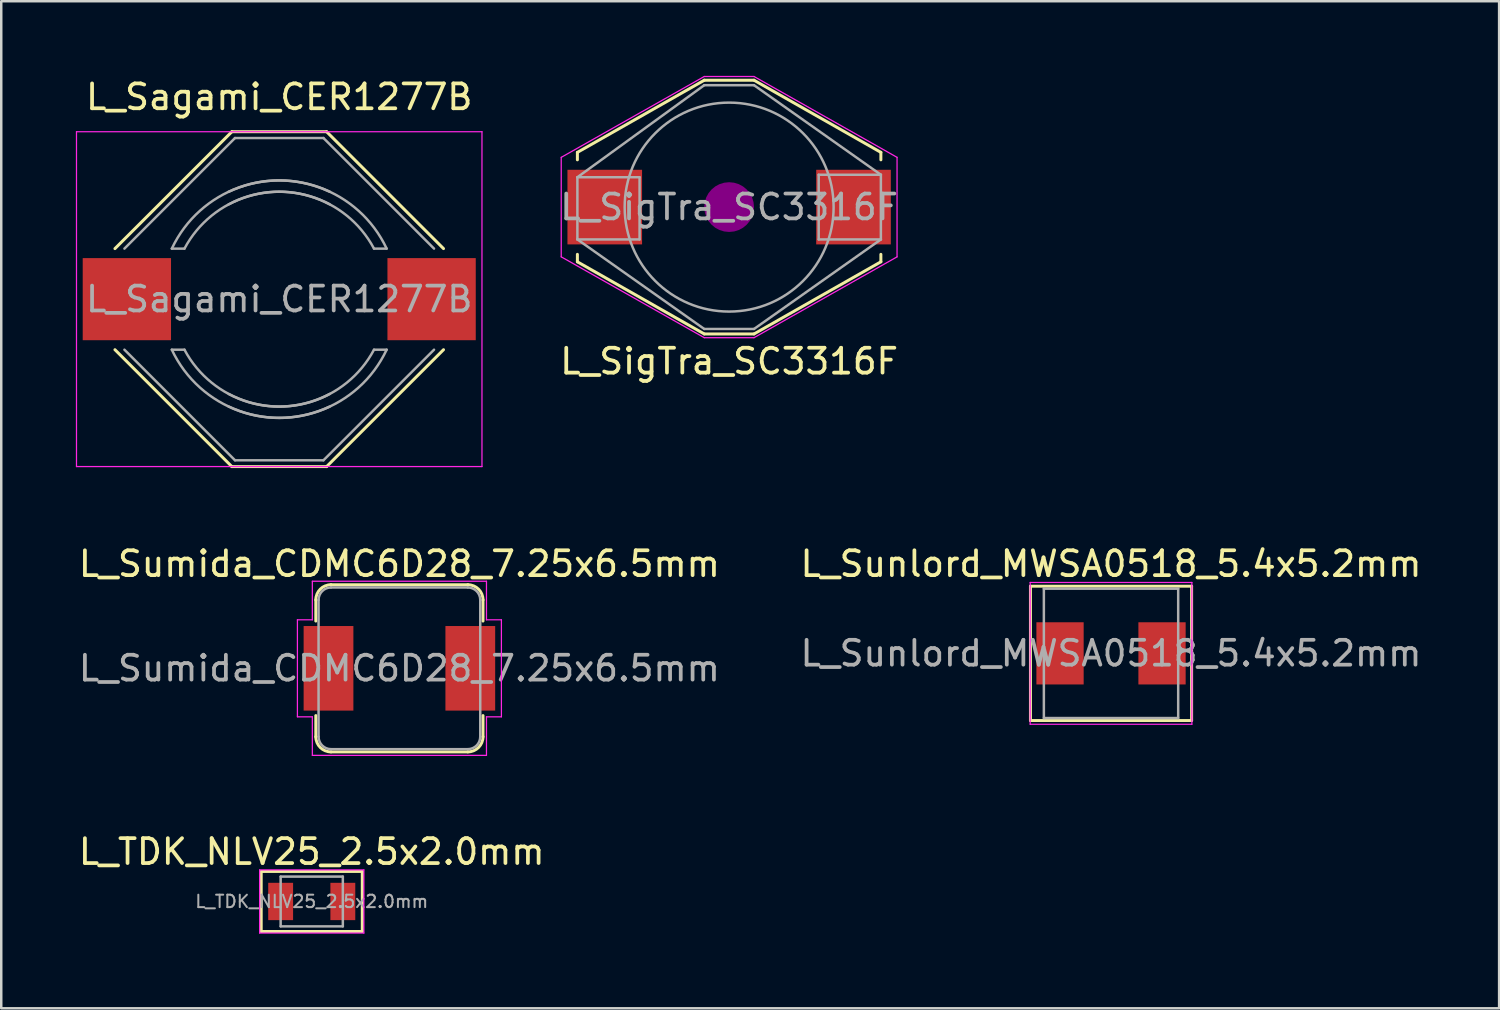
<source format=kicad_pcb>
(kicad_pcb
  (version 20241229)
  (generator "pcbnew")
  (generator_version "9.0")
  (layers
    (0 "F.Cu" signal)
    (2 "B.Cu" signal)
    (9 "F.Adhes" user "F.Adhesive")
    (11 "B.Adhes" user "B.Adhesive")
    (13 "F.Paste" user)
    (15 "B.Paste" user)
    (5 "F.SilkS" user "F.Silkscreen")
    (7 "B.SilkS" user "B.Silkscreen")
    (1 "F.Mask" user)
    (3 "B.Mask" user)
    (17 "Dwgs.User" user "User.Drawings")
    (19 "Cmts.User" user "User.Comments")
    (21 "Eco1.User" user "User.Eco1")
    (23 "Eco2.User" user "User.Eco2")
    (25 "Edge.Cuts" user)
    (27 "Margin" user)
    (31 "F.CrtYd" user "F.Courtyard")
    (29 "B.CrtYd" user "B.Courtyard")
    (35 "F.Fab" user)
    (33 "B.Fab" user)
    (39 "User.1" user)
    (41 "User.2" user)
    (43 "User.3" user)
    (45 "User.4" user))
  (footprint "L_TDK_NLV25_2.5x2.0mm"
    (layer "F.Cu")
    (at 9.482 33.189)
    (property "Reference" "L_TDK_NLV25_2.5x2.0mm" (at 0 -2 0) (layer "F.SilkS") (effects (font (size 1 1) (thickness 0.15))))
    (attr smd)
    (fp_line (start -2.032 -1.206) (end -2.032 1.206) (stroke (width 0.12) (type solid)) (layer "F.SilkS"))
    (fp_line (start -2.032 1.206) (end 2.032 1.206) (stroke (width 0.12) (type solid)) (layer "F.SilkS"))
    (fp_line (start 2.032 -1.206) (end -2.032 -1.206) (stroke (width 0.12) (type solid)) (layer "F.SilkS"))
    (fp_line (start 2.032 1.206) (end 2.032 -1.206) (stroke (width 0.12) (type solid)) (layer "F.SilkS"))
    (fp_line (start -2.095 -1.27) (end 2.095 -1.27) (stroke (width 0.05) (type solid)) (layer "F.CrtYd"))
    (fp_line (start -2.095 1.27) (end -2.095 -1.27) (stroke (width 0.05) (type solid)) (layer "F.CrtYd"))
    (fp_line (start 2.095 -1.27) (end 2.095 1.27) (stroke (width 0.05) (type solid)) (layer "F.CrtYd"))
    (fp_line (start 2.095 1.27) (end -2.095 1.27) (stroke (width 0.05) (type solid)) (layer "F.CrtYd"))
    (fp_line (start -1.25 -1) (end 1.25 -1) (stroke (width 0.1) (type solid)) (layer "F.Fab"))
    (fp_line (start -1.25 1) (end -1.25 -1) (stroke (width 0.1) (type solid)) (layer "F.Fab"))
    (fp_line (start 1.25 -1) (end 1.25 1) (stroke (width 0.1) (type solid)) (layer "F.Fab"))
    (fp_line (start 1.25 1) (end -1.25 1) (stroke (width 0.1) (type solid)) (layer "F.Fab"))
    (fp_text user "${REFERENCE}" (at 0 0 0) (layer "F.Fab") (effects (font (size 0.5 0.5) (thickness 0.08))))
    (pad "1" smd rect (at -1.25 0) (size 1 1.5) (layers "F.Cu" "F.Mask" "F.Paste"))
    (pad "2" smd rect (at 1.25 0) (size 1 1.5) (layers "F.Cu" "F.Mask" "F.Paste")))
  (footprint "L_Sunlord_MWSA0518_5.4x5.2mm"
    (layer "F.Cu")
    (at 41.613 23.215)
    (property "Reference" "L_Sunlord_MWSA0518_5.4x5.2mm" (at 0 -3.6 0) (layer "F.SilkS") (effects (font (size 1 1) (thickness 0.15))))
    (attr smd)
    (fp_line (start -3.239 -2.7) (end -3.239 2.7) (stroke (width 0.12) (type solid)) (layer "F.SilkS"))
    (fp_line (start -3.239 -2.7) (end 3.239 -2.7) (stroke (width 0.12) (type solid)) (layer "F.SilkS"))
    (fp_line (start -3.239 2.7) (end 3.239 2.7) (stroke (width 0.12) (type solid)) (layer "F.SilkS"))
    (fp_line (start 3.239 -2.7) (end 3.239 2.7) (stroke (width 0.12) (type solid)) (layer "F.SilkS"))
    (fp_line (start -3.25 -2.85) (end 3.25 -2.85) (stroke (width 0.05) (type solid)) (layer "F.CrtYd"))
    (fp_line (start -3.25 2.85) (end -3.25 -2.85) (stroke (width 0.05) (type solid)) (layer "F.CrtYd"))
    (fp_line (start 3.25 -2.85) (end 3.25 2.85) (stroke (width 0.05) (type solid)) (layer "F.CrtYd"))
    (fp_line (start 3.25 2.85) (end -3.25 2.85) (stroke (width 0.05) (type solid)) (layer "F.CrtYd"))
    (fp_line (start -2.7 -2.6) (end 2.7 -2.6) (stroke (width 0.1) (type solid)) (layer "F.Fab"))
    (fp_line (start -2.7 2.6) (end -2.7 -2.6) (stroke (width 0.1) (type solid)) (layer "F.Fab"))
    (fp_line (start 2.7 -2.6) (end 2.7 2.6) (stroke (width 0.1) (type solid)) (layer "F.Fab"))
    (fp_line (start 2.7 2.6) (end -2.7 2.6) (stroke (width 0.1) (type solid)) (layer "F.Fab"))
    (fp_text user "${REFERENCE}" (at 0 0 0) (layer "F.Fab") (effects (font (size 1 1) (thickness 0.15))))
    (pad "1" smd rect (at -2.05 0) (size 1.9 2.5) (layers "F.Cu" "F.Mask" "F.Paste"))
    (pad "2" smd rect (at 2.05 0) (size 1.9 2.5) (layers "F.Cu" "F.Mask" "F.Paste")))
  (footprint "L_Sumida_CDMC6D28_7.25x6.5mm"
    (layer "F.Cu")
    (at 13.006 23.816)
    (property "Reference" "L_Sumida_CDMC6D28_7.25x6.5mm" (at 0 -4.2 0) (layer "F.SilkS") (effects (font (size 1 1) (thickness 0.15))))
    (attr smd)
    (fp_line (start -3.36 -1.9) (end -3.36 -2.75) (stroke (width 0.12) (type solid)) (layer "F.SilkS"))
    (fp_line (start -3.36 2.75) (end -3.36 1.9) (stroke (width 0.12) (type solid)) (layer "F.SilkS"))
    (fp_line (start -2.75 -3.36) (end 2.75 -3.36) (stroke (width 0.12) (type solid)) (layer "F.SilkS"))
    (fp_line (start 2.75 3.36) (end -2.75 3.36) (stroke (width 0.12) (type solid)) (layer "F.SilkS"))
    (fp_line (start 3.36 -2.75) (end 3.36 -1.9) (stroke (width 0.12) (type solid)) (layer "F.SilkS"))
    (fp_line (start 3.36 1.9) (end 3.36 2.75) (stroke (width 0.12) (type solid)) (layer "F.SilkS"))
    (fp_arc (start -3.36 -2.75) (mid -3.181335 -3.181335) (end -2.75 -3.36) (stroke (width 0.12) (type solid)) (layer "F.SilkS"))
    (fp_arc (start -2.75 3.36) (mid -3.181335 3.181335) (end -3.36 2.75) (stroke (width 0.12) (type solid)) (layer "F.SilkS"))
    (fp_arc (start 2.75 -3.36) (mid 3.181335 -3.181335) (end 3.36 -2.75) (stroke (width 0.12) (type solid)) (layer "F.SilkS"))
    (fp_arc (start 3.36 2.75) (mid 3.181335 3.181335) (end 2.75 3.36) (stroke (width 0.12) (type solid)) (layer "F.SilkS"))
    (fp_line (start -4.1 -1.95) (end -3.5 -1.95) (stroke (width 0.05) (type solid)) (layer "F.CrtYd"))
    (fp_line (start -4.1 1.95) (end -4.1 -1.95) (stroke (width 0.05) (type solid)) (layer "F.CrtYd"))
    (fp_line (start -3.5 -3.5) (end 3.5 -3.5) (stroke (width 0.05) (type solid)) (layer "F.CrtYd"))
    (fp_line (start -3.5 -1.95) (end -3.5 -3.5) (stroke (width 0.05) (type solid)) (layer "F.CrtYd"))
    (fp_line (start -3.5 1.95) (end -4.1 1.95) (stroke (width 0.05) (type solid)) (layer "F.CrtYd"))
    (fp_line (start -3.5 3.5) (end -3.5 1.95) (stroke (width 0.05) (type solid)) (layer "F.CrtYd"))
    (fp_line (start 3.5 -3.5) (end 3.5 -1.95) (stroke (width 0.05) (type solid)) (layer "F.CrtYd"))
    (fp_line (start 3.5 -1.95) (end 4.1 -1.95) (stroke (width 0.05) (type solid)) (layer "F.CrtYd"))
    (fp_line (start 3.5 1.95) (end 3.5 3.5) (stroke (width 0.05) (type solid)) (layer "F.CrtYd"))
    (fp_line (start 3.5 3.5) (end -3.5 3.5) (stroke (width 0.05) (type solid)) (layer "F.CrtYd"))
    (fp_line (start 4.1 -1.95) (end 4.1 1.95) (stroke (width 0.05) (type solid)) (layer "F.CrtYd"))
    (fp_line (start 4.1 1.95) (end 3.5 1.95) (stroke (width 0.05) (type solid)) (layer "F.CrtYd"))
    (fp_line (start -3.25 2.75) (end -3.25 -2.75) (stroke (width 0.1) (type solid)) (layer "F.Fab"))
    (fp_line (start -2.75 -3.25) (end 2.75 -3.25) (stroke (width 0.1) (type solid)) (layer "F.Fab"))
    (fp_line (start 2.75 3.25) (end -2.75 3.25) (stroke (width 0.1) (type solid)) (layer "F.Fab"))
    (fp_line (start 3.25 -2.75) (end 3.25 2.75) (stroke (width 0.1) (type solid)) (layer "F.Fab"))
    (fp_arc (start -3.25 -2.75) (mid -3.103553 -3.103553) (end -2.75 -3.25) (stroke (width 0.1) (type solid)) (layer "F.Fab"))
    (fp_arc (start -2.75 3.25) (mid -3.103553 3.103553) (end -3.25 2.75) (stroke (width 0.1) (type solid)) (layer "F.Fab"))
    (fp_arc (start 2.75 -3.25) (mid 3.103553 -3.103553) (end 3.25 -2.75) (stroke (width 0.1) (type solid)) (layer "F.Fab"))
    (fp_arc (start 3.25 2.75) (mid 3.103553 3.103553) (end 2.75 3.25) (stroke (width 0.1) (type solid)) (layer "F.Fab"))
    (fp_text user "${REFERENCE}" (at 0 0 0) (layer "F.Fab") (effects (font (size 1 1) (thickness 0.15))))
    (pad "1" smd rect (at -2.85 0) (size 2 3.4) (layers "F.Cu" "F.Mask" "F.Paste"))
    (pad "2" smd rect (at 2.85 0) (size 2 3.4) (layers "F.Cu" "F.Mask" "F.Paste")))
  (footprint "L_Sagami_CER1277B"
    (layer "F.Cu")
    (at 8.175 8.976)
    (property "Reference" "L_Sagami_CER1277B" (at 0 -8.128 0) (layer "F.SilkS") (effects (font (size 1 1) (thickness 0.15))))
    (attr smd)
    (fp_line (start -6.604 -2.032) (end -1.905 -6.731) (stroke (width 0.12) (type solid)) (layer "F.SilkS"))
    (fp_line (start -6.604 2.032) (end -1.905 6.731) (stroke (width 0.12) (type solid)) (layer "F.SilkS"))
    (fp_line (start -1.905 -6.731) (end 1.905 -6.731) (stroke (width 0.12) (type solid)) (layer "F.SilkS"))
    (fp_line (start -1.905 6.731) (end 1.905 6.731) (stroke (width 0.12) (type solid)) (layer "F.SilkS"))
    (fp_line (start 1.905 -6.731) (end 6.604 -2.032) (stroke (width 0.12) (type solid)) (layer "F.SilkS"))
    (fp_line (start 1.905 6.731) (end 6.604 2.032) (stroke (width 0.12) (type solid)) (layer "F.SilkS"))
    (fp_line (start -8.15 -6.73) (end -8.15 6.73) (stroke (width 0.05) (type solid)) (layer "F.CrtYd"))
    (fp_line (start -8.15 -6.73) (end 8.15 -6.73) (stroke (width 0.05) (type solid)) (layer "F.CrtYd"))
    (fp_line (start -8.15 6.73) (end 8.15 6.73) (stroke (width 0.05) (type solid)) (layer "F.CrtYd"))
    (fp_line (start 8.15 -6.73) (end 8.15 6.73) (stroke (width 0.05) (type solid)) (layer "F.CrtYd"))
    (fp_line (start -6.223 -2.032) (end -1.778 -6.477) (stroke (width 0.1) (type solid)) (layer "F.Fab"))
    (fp_line (start -6.223 2.032) (end -1.778 6.477) (stroke (width 0.1) (type solid)) (layer "F.Fab"))
    (fp_line (start -3.81 -2.032) (end -4.318 -2.032) (stroke (width 0.1) (type solid)) (layer "F.Fab"))
    (fp_line (start -3.81 2.032) (end -4.318 2.032) (stroke (width 0.1) (type solid)) (layer "F.Fab"))
    (fp_line (start -1.778 6.477) (end 1.778 6.477) (stroke (width 0.1) (type solid)) (layer "F.Fab"))
    (fp_line (start 1.778 -6.477) (end -1.778 -6.477) (stroke (width 0.1) (type solid)) (layer "F.Fab"))
    (fp_line (start 1.778 6.477) (end 6.223 2.032) (stroke (width 0.1) (type solid)) (layer "F.Fab"))
    (fp_line (start 3.81 -2.032) (end 4.318 -2.032) (stroke (width 0.1) (type solid)) (layer "F.Fab"))
    (fp_line (start 3.81 2.032) (end 4.318 2.032) (stroke (width 0.1) (type solid)) (layer "F.Fab"))
    (fp_line (start 6.223 -2.032) (end 1.778 -6.477) (stroke (width 0.1) (type solid)) (layer "F.Fab"))
    (fp_arc (start -4.318 -2.032) (mid -1.616446 -4.490128) (end 2.032 -4.318) (stroke (width 0.1) (type solid)) (layer "F.Fab"))
    (fp_arc (start -3.81 -2.032) (mid -1.257236 -4.130918) (end 2.032 -3.81) (stroke (width 0.1) (type solid)) (layer "F.Fab"))
    (fp_arc (start -2.032 -4.318) (mid 1.616446 -4.490128) (end 4.318 -2.032) (stroke (width 0.1) (type solid)) (layer "F.Fab"))
    (fp_arc (start -2.032 -3.81) (mid 1.257236 -4.130918) (end 3.81 -2.032) (stroke (width 0.1) (type solid)) (layer "F.Fab"))
    (fp_arc (start 2.032 3.81) (mid -1.257236 4.130918) (end -3.81 2.032) (stroke (width 0.1) (type solid)) (layer "F.Fab"))
    (fp_arc (start 2.032 4.318) (mid -1.616446 4.490128) (end -4.318 2.032) (stroke (width 0.1) (type solid)) (layer "F.Fab"))
    (fp_arc (start 3.81 2.032) (mid 1.257236 4.130918) (end -2.032 3.81) (stroke (width 0.1) (type solid)) (layer "F.Fab"))
    (fp_arc (start 4.318 2.032) (mid 1.616446 4.490128) (end -2.032 4.318) (stroke (width 0.1) (type solid)) (layer "F.Fab"))
    (fp_text user "${REFERENCE}" (at 0 0 0) (layer "F.Fab") (effects (font (size 1 1) (thickness 0.15))))
    (pad "1" smd rect (at -6.125 0) (size 3.55 3.3) (layers "F.Cu" "F.Mask" "F.Paste"))
    (pad "2" smd rect (at 6.125 0) (size 3.55 3.3) (layers "F.Cu" "F.Mask" "F.Paste")))
  (footprint "L_SigTra_SC3316F"
    (layer "F.Cu")
    (at 26.261 5.275)
    (property "Reference" "L_SigTra_SC3316F" (at 0 6.2 0) (layer "F.SilkS") (effects (font (size 1 1) (thickness 0.15))))
    (attr smd)
    (fp_line (start -6.1 -2.2) (end -1 -5.1) (stroke (width 0.12) (type solid)) (layer "F.SilkS"))
    (fp_line (start -6.1 -1.9) (end -6.1 -2.2) (stroke (width 0.12) (type solid)) (layer "F.SilkS"))
    (fp_line (start -6.1 1.9) (end -6.1 2.2) (stroke (width 0.12) (type solid)) (layer "F.SilkS"))
    (fp_line (start -6.1 2.2) (end -1 5.1) (stroke (width 0.12) (type solid)) (layer "F.SilkS"))
    (fp_line (start 1 -5.1) (end -1 -5.1) (stroke (width 0.12) (type solid)) (layer "F.SilkS"))
    (fp_line (start 1 5.1) (end -1 5.1) (stroke (width 0.12) (type solid)) (layer "F.SilkS"))
    (fp_line (start 6.1 -2.2) (end 1 -5.1) (stroke (width 0.12) (type solid)) (layer "F.SilkS"))
    (fp_line (start 6.1 -1.9) (end 6.1 -2.2) (stroke (width 0.12) (type solid)) (layer "F.SilkS"))
    (fp_line (start 6.1 1.9) (end 6.1 2.2) (stroke (width 0.12) (type solid)) (layer "F.SilkS"))
    (fp_line (start 6.1 2.2) (end 1 5.1) (stroke (width 0.12) (type solid)) (layer "F.SilkS"))
    (fp_circle (center 0 0) (end 0.5 0) (stroke (width 1) (type solid)) (fill no) (layer "F.Adhes"))
    (fp_line (start -6.75 -2) (end -6.75 2) (stroke (width 0.05) (type solid)) (layer "F.CrtYd"))
    (fp_line (start -6.75 2) (end -1 5.25) (stroke (width 0.05) (type solid)) (layer "F.CrtYd"))
    (fp_line (start -1 -5.25) (end -6.75 -2) (stroke (width 0.05) (type solid)) (layer "F.CrtYd"))
    (fp_line (start -1 -5.25) (end 1 -5.25) (stroke (width 0.05) (type solid)) (layer "F.CrtYd"))
    (fp_line (start -1 5.25) (end 1 5.25) (stroke (width 0.05) (type solid)) (layer "F.CrtYd"))
    (fp_line (start 1 -5.25) (end 6.75 -2) (stroke (width 0.05) (type solid)) (layer "F.CrtYd"))
    (fp_line (start 1 5.25) (end 6.75 2) (stroke (width 0.05) (type solid)) (layer "F.CrtYd"))
    (fp_line (start 6.75 2) (end 6.75 -2) (stroke (width 0.05) (type solid)) (layer "F.CrtYd"))
    (fp_line (start -6.1 -1.2) (end -3.6 -1.2) (stroke (width 0.1) (type solid)) (layer "F.Fab"))
    (fp_line (start -6.1 1.3) (end -6.1 -1.2) (stroke (width 0.1) (type solid)) (layer "F.Fab"))
    (fp_line (start -3.6 -1.2) (end -3.6 0) (stroke (width 0.1) (type solid)) (layer "F.Fab"))
    (fp_line (start -3.6 0) (end -3.6 1.3) (stroke (width 0.1) (type solid)) (layer "F.Fab"))
    (fp_line (start -3.6 1.3) (end -6.1 1.3) (stroke (width 0.1) (type solid)) (layer "F.Fab"))
    (fp_line (start -1 -4.9) (end -6.1 -1.2) (stroke (width 0.1) (type solid)) (layer "F.Fab"))
    (fp_line (start -1 4.9) (end -6.1 1.3) (stroke (width 0.1) (type solid)) (layer "F.Fab"))
    (fp_line (start 1 -4.9) (end -1 -4.9) (stroke (width 0.1) (type solid)) (layer "F.Fab"))
    (fp_line (start 1 -4.9) (end 6.1 -1.3) (stroke (width 0.1) (type solid)) (layer "F.Fab"))
    (fp_line (start 1 4.9) (end -1 4.9) (stroke (width 0.1) (type solid)) (layer "F.Fab"))
    (fp_line (start 3.6 -1.3) (end 6.1 -1.3) (stroke (width 0.1) (type solid)) (layer "F.Fab"))
    (fp_line (start 3.6 1.3) (end 3.6 -1.3) (stroke (width 0.1) (type solid)) (layer "F.Fab"))
    (fp_line (start 6.1 -1.3) (end 6.1 1.3) (stroke (width 0.1) (type solid)) (layer "F.Fab"))
    (fp_line (start 6.1 1.3) (end 1 4.9) (stroke (width 0.1) (type solid)) (layer "F.Fab"))
    (fp_line (start 6.1 1.3) (end 3.6 1.3) (stroke (width 0.1) (type solid)) (layer "F.Fab"))
    (fp_circle (center 0 0) (end 4.2 0) (stroke (width 0.1) (type solid)) (fill no) (layer "F.Fab"))
    (fp_text user "${REFERENCE}" (at 0 0 0) (layer "F.Fab") (effects (font (size 1 1) (thickness 0.15))))
    (pad "1" smd rect (at -5 0) (size 3 3) (layers "F.Cu" "F.Mask" "F.Paste"))
    (pad "2" smd rect (at 5 0) (size 3 3) (layers "F.Cu" "F.Mask" "F.Paste")))
  (gr_rect
    (start -3 -3)
    (end 57.214 37.484)
    (stroke (width 0.1) (type default))
    (fill no)
    (layer "Edge.Cuts")))
</source>
